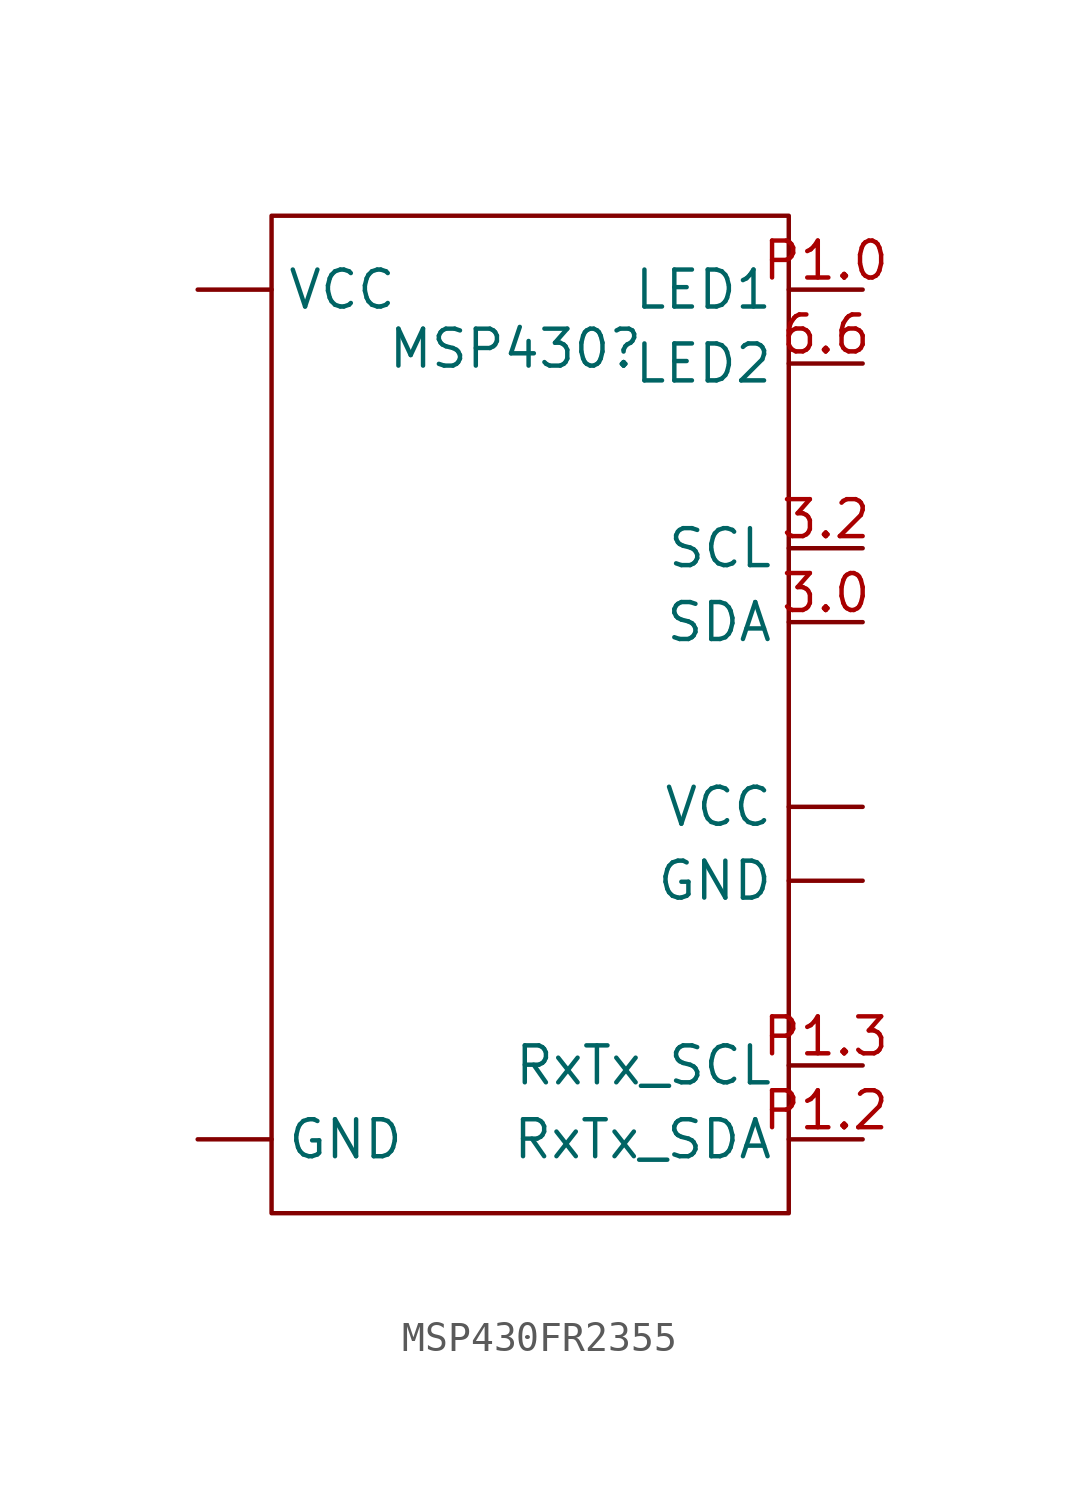
<source format=kicad_sym>
(kicad_symbol_lib
  (version 20231120)
  (generator "kicad_symbol_editor")
  (generator_version "8.0")
  (symbol "MSP430FR2355"
    (property "Reference" "MSP430"
      (at 5.842 -3.302 0)
      (effects (font (size 1.27 1.27))))
    (property "Value" ""
      (at 0 0 0)
      (effects (font (size 1.27 1.27))))
    (symbol "MSP430FR2355_0_1"
      (rectangle (start -2.54 1.27) (end 15.24 -33.02) (stroke (width 0) (type default)) (fill (type none))))
    (symbol "MSP430FR2355_1_1"
      (pin power_in line (at -5.08 -30.48 0) (length 2.54) (name "GND" (effects (font (size 1.27 1.27)))) (number "" (effects (font (size 1.27 1.27)))))
      (pin power_out line (at 17.78 -21.59 180) (length 2.54) (name "GND" (effects (font (size 1.27 1.27)))) (number "" (effects (font (size 1.27 1.27)))))
      (pin power_in line (at -5.08 -1.27 0) (length 2.54) (name "VCC" (effects (font (size 1.27 1.27)))) (number "" (effects (font (size 1.27 1.27)))))
      (pin power_out line (at 17.78 -19.05 180) (length 2.54) (name "VCC" (effects (font (size 1.27 1.27)))) (number "" (effects (font (size 1.27 1.27)))))
      (pin bidirectional line (at 17.78 -12.7 180) (length 2.54) (name "SDA" (effects (font (size 1.27 1.27)))) (number "3.0" (effects (font (size 1.27 1.27)))))
      (pin output line (at 17.78 -10.16 180) (length 2.54) (name "SCL" (effects (font (size 1.27 1.27)))) (number "3.2" (effects (font (size 1.27 1.27)))))
      (pin output line (at 17.78 -3.81 180) (length 2.54) (name "LED2" (effects (font (size 1.27 1.27)))) (number "6.6" (effects (font (size 1.27 1.27)))))
      (pin output line (at 17.78 -1.27 180) (length 2.54) (name "LED1" (effects (font (size 1.27 1.27)))) (number "P1.0" (effects (font (size 1.27 1.27)))))
      (pin bidirectional line (at 17.78 -30.48 180) (length 2.54) (name "RxTx_SDA" (effects (font (size 1.27 1.27)))) (number "P1.2" (effects (font (size 1.27 1.27)))))
      (pin output line (at 17.78 -27.94 180) (length 2.54) (name "RxTx_SCL" (effects (font (size 1.27 1.27)))) (number "P1.3" (effects (font (size 1.27 1.27))))))))
</source>
